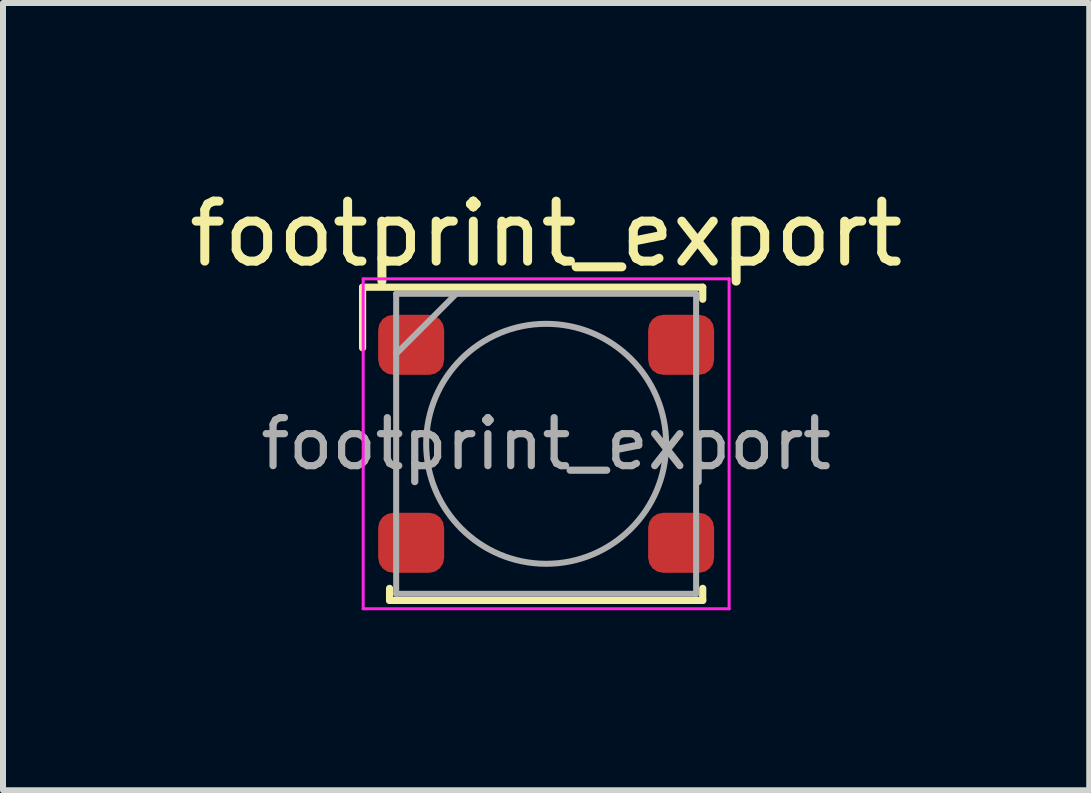
<source format=kicad_pcb>
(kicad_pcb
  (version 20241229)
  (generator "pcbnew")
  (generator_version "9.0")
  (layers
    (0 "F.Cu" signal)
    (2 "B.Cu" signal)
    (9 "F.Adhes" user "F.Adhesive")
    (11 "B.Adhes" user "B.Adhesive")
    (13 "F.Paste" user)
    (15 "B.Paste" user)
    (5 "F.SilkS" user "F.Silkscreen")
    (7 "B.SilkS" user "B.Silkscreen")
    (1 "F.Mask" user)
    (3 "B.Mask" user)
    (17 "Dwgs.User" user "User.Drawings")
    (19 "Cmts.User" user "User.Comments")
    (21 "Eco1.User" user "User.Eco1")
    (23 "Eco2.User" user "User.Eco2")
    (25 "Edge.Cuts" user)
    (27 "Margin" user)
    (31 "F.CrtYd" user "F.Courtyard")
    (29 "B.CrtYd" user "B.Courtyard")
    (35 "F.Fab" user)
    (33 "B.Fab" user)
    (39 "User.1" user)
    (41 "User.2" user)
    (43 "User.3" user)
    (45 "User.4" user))
  (footprint "footprint_export"
    (layer "F.Cu")
    (at 6.054 4.348)
    (property "Reference" "footprint_export" (at 0 -3.5 0) (layer "F.SilkS") (effects (font (size 1 1) (thickness 0.15))))
    (attr smd)
    (fp_line (start -3.06 -2.61) (end 2.61 -2.61) (stroke (width 0.12) (type solid)) (layer "F.SilkS"))
    (fp_line (start -3.06 -1.6) (end -3.06 -2.61) (stroke (width 0.12) (type solid)) (layer "F.SilkS"))
    (fp_line (start -2.61 2.61) (end -2.61 2.41) (stroke (width 0.12) (type solid)) (layer "F.SilkS"))
    (fp_line (start -2.61 2.61) (end 2.61 2.61) (stroke (width 0.12) (type solid)) (layer "F.SilkS"))
    (fp_line (start 2.61 -2.61) (end 2.61 -2.41) (stroke (width 0.12) (type solid)) (layer "F.SilkS"))
    (fp_line (start 2.61 2.61) (end 2.61 2.41) (stroke (width 0.12) (type solid)) (layer "F.SilkS"))
    (fp_line (start -3.05 -2.75) (end -3.05 2.75) (stroke (width 0.05) (type solid)) (layer "F.CrtYd"))
    (fp_line (start -3.05 2.75) (end 3.05 2.75) (stroke (width 0.05) (type solid)) (layer "F.CrtYd"))
    (fp_line (start 3.05 -2.75) (end -3.05 -2.75) (stroke (width 0.05) (type solid)) (layer "F.CrtYd"))
    (fp_line (start 3.05 2.75) (end 3.05 -2.75) (stroke (width 0.05) (type solid)) (layer "F.CrtYd"))
    (fp_line (start -2.5 -2.5) (end -2.5 2.5) (stroke (width 0.1) (type solid)) (layer "F.Fab"))
    (fp_line (start -2.5 -1.5) (end -1.5 -2.5) (stroke (width 0.1) (type solid)) (layer "F.Fab"))
    (fp_line (start -2.5 2.5) (end 2.5 2.5) (stroke (width 0.1) (type solid)) (layer "F.Fab"))
    (fp_line (start 2.5 -2.5) (end -2.5 -2.5) (stroke (width 0.1) (type solid)) (layer "F.Fab"))
    (fp_line (start 2.5 2.5) (end 2.5 -2.5) (stroke (width 0.1) (type solid)) (layer "F.Fab"))
    (fp_circle (center 0 0) (end 0 2) (stroke (width 0.1) (type solid)) (fill no) (layer "F.Fab"))
    (fp_text user "${REFERENCE}" (at 0 0 0) (layer "F.Fab") (effects (font (size 0.8 0.8) (thickness 0.12))))
    (pad "1" smd roundrect (at -2.25 -1.65) (size 1.1 1) (layers "F.Cu" "F.Mask" "F.Paste") (roundrect_rratio 0.25))
    (pad "2" smd roundrect (at -2.25 1.65) (size 1.1 1) (layers "F.Cu" "F.Mask" "F.Paste") (roundrect_rratio 0.25))
    (pad "3" smd roundrect (at 2.25 -1.65) (size 1.1 1) (layers "F.Cu" "F.Mask" "F.Paste") (roundrect_rratio 0.25))
    (pad "4" smd roundrect (at 2.25 1.65) (size 1.1 1) (layers "F.Cu" "F.Mask" "F.Paste") (roundrect_rratio 0.25)))
  (gr_rect
    (start -3 -3)
    (end 15.107 10.123)
    (stroke (width 0.1) (type default))
    (fill no)
    (layer "Edge.Cuts")))
</source>
